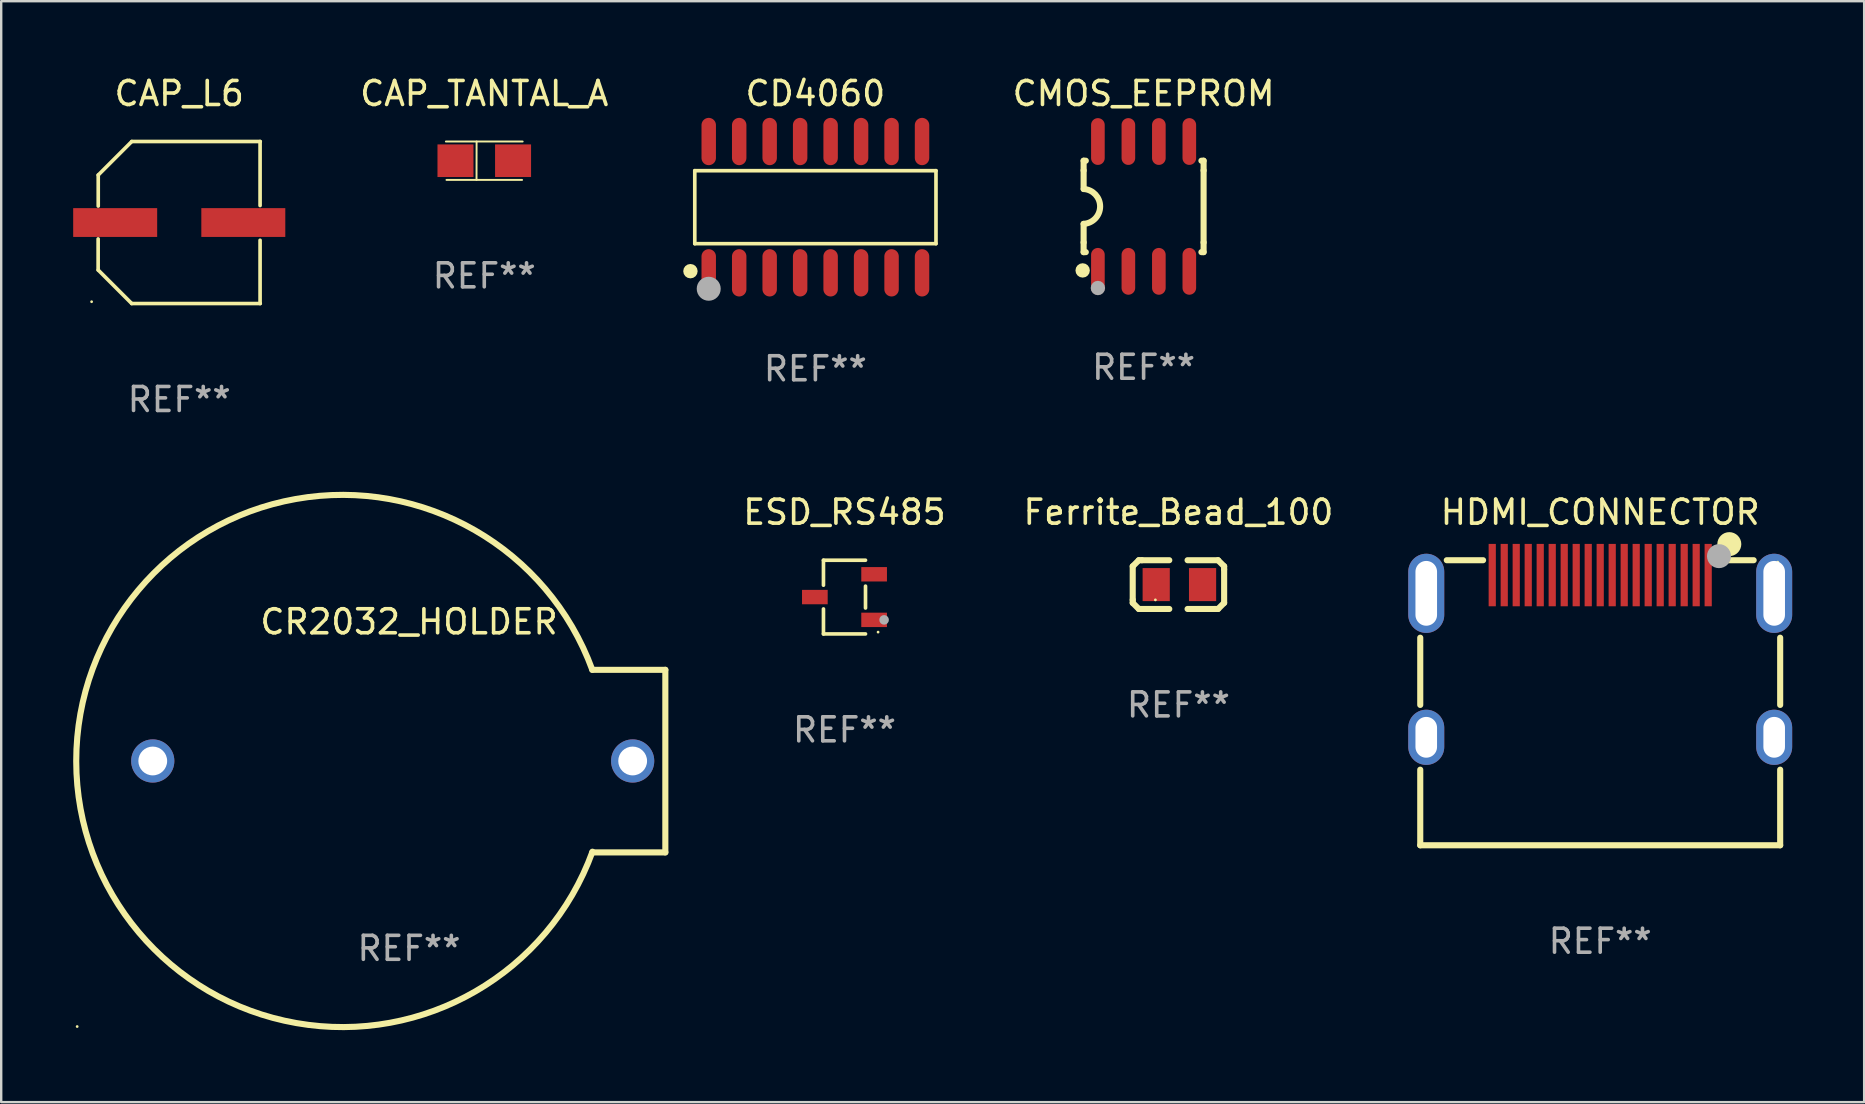
<source format=kicad_pcb>
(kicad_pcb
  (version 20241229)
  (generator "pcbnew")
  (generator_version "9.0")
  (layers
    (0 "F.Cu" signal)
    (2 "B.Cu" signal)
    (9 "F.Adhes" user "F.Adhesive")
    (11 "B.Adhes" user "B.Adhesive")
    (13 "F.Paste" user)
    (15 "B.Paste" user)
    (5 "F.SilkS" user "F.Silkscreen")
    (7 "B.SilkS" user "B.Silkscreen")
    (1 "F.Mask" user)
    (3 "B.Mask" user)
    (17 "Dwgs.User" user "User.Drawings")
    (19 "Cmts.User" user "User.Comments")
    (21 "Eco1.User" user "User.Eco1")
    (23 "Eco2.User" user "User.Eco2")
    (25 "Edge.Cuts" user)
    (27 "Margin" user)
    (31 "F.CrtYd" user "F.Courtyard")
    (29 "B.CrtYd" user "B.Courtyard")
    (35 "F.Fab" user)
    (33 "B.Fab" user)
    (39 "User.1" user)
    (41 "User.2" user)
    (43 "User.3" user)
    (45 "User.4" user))
  (footprint "Ferrite_Bead_100"
    (layer "F.Cu")
    (at 46.101 21.313)
    (property "Reference" "Ferrite_Bead_100" (at -0.04 -3.016 0) (layer "F.SilkS") (effects (font (size 1 1) (thickness 0.15))))
    (attr through_hole)
    (fp_line (start -1.945 -0.762) (end -1.945 0.635) (stroke (width 0.254) (type solid)) (layer "F.SilkS"))
    (fp_line (start -1.945 0.635) (end -1.945 0.762) (stroke (width 0.254) (type solid)) (layer "F.SilkS"))
    (fp_line (start -1.945 0.762) (end -1.691 1.016) (stroke (width 0.254) (type solid)) (layer "F.SilkS"))
    (fp_line (start -1.691 -1.016) (end -1.945 -0.762) (stroke (width 0.254) (type solid)) (layer "F.SilkS"))
    (fp_line (start -1.691 1.016) (end -0.421 1.016) (stroke (width 0.254) (type solid)) (layer "F.SilkS"))
    (fp_line (start -1.564 -1.016) (end -1.691 -1.016) (stroke (width 0.254) (type solid)) (layer "F.SilkS"))
    (fp_line (start -0.421 -1.016) (end -1.564 -1.016) (stroke (width 0.254) (type solid)) (layer "F.SilkS"))
    (fp_line (start 0.341 1.016) (end 1.484 1.016) (stroke (width 0.254) (type solid)) (layer "F.SilkS"))
    (fp_line (start 1.484 1.016) (end 1.611 1.016) (stroke (width 0.254) (type solid)) (layer "F.SilkS"))
    (fp_line (start 1.611 -1.016) (end 0.341 -1.016) (stroke (width 0.254) (type solid)) (layer "F.SilkS"))
    (fp_line (start 1.611 1.016) (end 1.865 0.762) (stroke (width 0.254) (type solid)) (layer "F.SilkS"))
    (fp_line (start 1.865 -0.762) (end 1.611 -1.016) (stroke (width 0.254) (type solid)) (layer "F.SilkS"))
    (fp_line (start 1.865 -0.635) (end 1.865 -0.762) (stroke (width 0.254) (type solid)) (layer "F.SilkS"))
    (fp_line (start 1.865 0.762) (end 1.865 -0.635) (stroke (width 0.254) (type solid)) (layer "F.SilkS"))
    (fp_circle (center -1 0.637) (end -0.97 0.637) (stroke (width 0.06) (type solid)) (fill no) (layer "F.SilkS"))
    (fp_text user "REF**" (at -0.04 5.016 0) (layer "F.Fab") (effects (font (size 1 1) (thickness 0.15))))
    (pad "1" smd rect (at -0.966 0) (size 1.133 1.377) (layers "F.Cu" "F.Mask" "F.Paste"))
    (pad "2" smd rect (at 0.966 0) (size 1.133 1.377) (layers "F.Cu" "F.Mask" "F.Paste")))
  (footprint "ESD_RS485"
    (layer "F.Cu")
    (at 32.144 21.833)
    (property "Reference" "ESD_RS485" (at 0 -3.536 0) (layer "F.SilkS") (effects (font (size 1 1) (thickness 0.15))))
    (attr through_hole)
    (fp_line (start -0.876 -1.536) (end -0.876 -0.495) (stroke (width 0.152) (type solid)) (layer "F.SilkS"))
    (fp_line (start -0.876 1.536) (end -0.876 0.495) (stroke (width 0.152) (type solid)) (layer "F.SilkS"))
    (fp_line (start 0.876 -1.536) (end -0.876 -1.536) (stroke (width 0.152) (type solid)) (layer "F.SilkS"))
    (fp_line (start 0.876 -0.455) (end 0.876 0.455) (stroke (width 0.152) (type solid)) (layer "F.SilkS"))
    (fp_line (start 0.876 1.536) (end -0.876 1.536) (stroke (width 0.152) (type solid)) (layer "F.SilkS"))
    (fp_circle (center 1.4 1.46) (end 1.43 1.46) (stroke (width 0.06) (type solid)) (fill no) (layer "F.SilkS"))
    (fp_circle (center 1.651 0.95) (end 1.751 0.95) (stroke (width 0.2) (type solid)) (fill no) (layer "F.Fab"))
    (fp_text user "REF**" (at 0 5.536 0) (layer "F.Fab") (effects (font (size 1 1) (thickness 0.15))))
    (pad "1" smd rect (at 1.235 0.95) (size 1.07 0.6) (layers "F.Cu" "F.Mask" "F.Paste"))
    (pad "2" smd rect (at 1.235 -0.95) (size 1.07 0.6) (layers "F.Cu" "F.Mask" "F.Paste"))
    (pad "3" smd rect (at -1.235 0) (size 1.07 0.6) (layers "F.Cu" "F.Mask" "F.Paste")))
  (footprint "CAP_TANTAL_A"
    (layer "F.Cu")
    (at 17.132 3.648)
    (property "Reference" "CAP_TANTAL_A" (at 0 -2.8 0) (layer "F.SilkS") (effects (font (size 1 1) (thickness 0.15))))
    (attr through_hole)
    (fp_line (start -1.6 -0.8) (end 1.6 -0.8) (stroke (width 0.08) (type solid)) (layer "F.SilkS"))
    (fp_line (start -1.575 0.8) (end 1.575 0.8) (stroke (width 0.08) (type solid)) (layer "F.SilkS"))
    (fp_line (start -0.323 0.8) (end -0.32 -0.8) (stroke (width 0.08) (type solid)) (layer "F.SilkS"))
    (fp_text user "REF**" (at 0 4.8 0) (layer "F.Fab") (effects (font (size 1 1) (thickness 0.15))))
    (pad "1" smd rect (at -1.2 0) (size 1.5 1.359) (layers "F.Cu" "F.Mask" "F.Paste"))
    (pad "2" smd rect (at 1.2 0) (size 1.5 1.359) (layers "F.Cu" "F.Mask" "F.Paste")))
  (footprint "CR2032_HOLDER"
    (layer "F.Cu")
    (at 13.316 28.664)
    (property "Reference" "CR2032_HOLDER" (at 0.681 -5.799 0) (layer "F.SilkS") (effects (font (size 1 1) (thickness 0.15))))
    (attr through_hole)
    (fp_line (start 8.318 -3.799) (end 11.362 -3.799) (stroke (width 0.254) (type solid)) (layer "F.SilkS"))
    (fp_line (start 11.362 -3.799) (end 11.362 3.81) (stroke (width 0.254) (type solid)) (layer "F.SilkS"))
    (fp_line (start 11.362 3.81) (end 8.314 3.81) (stroke (width 0.254) (type solid)) (layer "F.SilkS"))
    (fp_arc (start 8.324587 3.781102) (mid -13.189055 0.010036) (end 8.317694 -3.800144) (stroke (width 0.254001) (type solid)) (layer "F.SilkS"))
    (fp_circle (center -13.15 11.067) (end -13.12 11.067) (stroke (width 0.06) (type solid)) (fill no) (layer "F.SilkS"))
    (fp_text user "REF**" (at 0.681 7.81 0) (layer "F.Fab") (effects (font (size 1 1) (thickness 0.15))))
    (pad "1" thru_hole circle (at -10 -0.000025) (size 1.8 1.8) (drill 1.2) (layers "*.Cu" "*.Mask"))
    (pad "2" thru_hole circle (at 10 -0.000025) (size 1.8 1.8) (drill 1.2) (layers "*.Cu" "*.Mask")))
  (footprint "CD4060"
    (layer "F.Cu")
    (at 30.931 5.584)
    (property "Reference" "CD4060" (at 0 -4.736 0) (layer "F.SilkS") (effects (font (size 1 1) (thickness 0.15))))
    (attr through_hole)
    (fp_line (start -5.026 -1.521) (end 5.026 -1.521) (stroke (width 0.152) (type solid)) (layer "F.SilkS"))
    (fp_line (start -5.026 1.521) (end -5.026 -1.521) (stroke (width 0.152) (type solid)) (layer "F.SilkS"))
    (fp_line (start 5.026 -1.521) (end 5.026 1.521) (stroke (width 0.152) (type solid)) (layer "F.SilkS"))
    (fp_line (start 5.026 1.521) (end -5.026 1.521) (stroke (width 0.152) (type solid)) (layer "F.SilkS"))
    (fp_circle (center -5.207 2.667) (end -5.057 2.667) (stroke (width 0.3) (type solid)) (fill no) (layer "F.SilkS"))
    (fp_circle (center -4.445 3.4) (end -4.195 3.4) (stroke (width 0.5) (type solid)) (fill no) (layer "F.Fab"))
    (fp_text user "REF**" (at 0 6.736 0) (layer "F.Fab") (effects (font (size 1 1) (thickness 0.15))))
    (pad "1" smd oval (at -4.445 2.736) (size 0.602 1.971) (layers "F.Cu" "F.Mask" "F.Paste"))
    (pad "2" smd oval (at -3.175 2.736) (size 0.602 1.971) (layers "F.Cu" "F.Mask" "F.Paste"))
    (pad "3" smd oval (at -1.905 2.736) (size 0.602 1.971) (layers "F.Cu" "F.Mask" "F.Paste"))
    (pad "4" smd oval (at -0.635 2.736) (size 0.602 1.971) (layers "F.Cu" "F.Mask" "F.Paste"))
    (pad "5" smd oval (at 0.635 2.736) (size 0.602 1.971) (layers "F.Cu" "F.Mask" "F.Paste"))
    (pad "6" smd oval (at 1.905 2.736) (size 0.602 1.971) (layers "F.Cu" "F.Mask" "F.Paste"))
    (pad "7" smd oval (at 3.175 2.736) (size 0.602 1.971) (layers "F.Cu" "F.Mask" "F.Paste"))
    (pad "8" smd oval (at 4.445 2.736) (size 0.602 1.971) (layers "F.Cu" "F.Mask" "F.Paste"))
    (pad "9" smd oval (at 4.445 -2.736) (size 0.602 1.971) (layers "F.Cu" "F.Mask" "F.Paste"))
    (pad "10" smd oval (at 3.175 -2.736) (size 0.602 1.971) (layers "F.Cu" "F.Mask" "F.Paste"))
    (pad "11" smd oval (at 1.905 -2.736) (size 0.602 1.971) (layers "F.Cu" "F.Mask" "F.Paste"))
    (pad "12" smd oval (at 0.635 -2.736) (size 0.602 1.971) (layers "F.Cu" "F.Mask" "F.Paste"))
    (pad "13" smd oval (at -0.635 -2.736) (size 0.602 1.971) (layers "F.Cu" "F.Mask" "F.Paste"))
    (pad "14" smd oval (at -1.905 -2.736) (size 0.602 1.971) (layers "F.Cu" "F.Mask" "F.Paste"))
    (pad "15" smd oval (at -3.175 -2.736) (size 0.602 1.971) (layers "F.Cu" "F.Mask" "F.Paste"))
    (pad "16" smd oval (at -4.445 -2.736) (size 0.602 1.971) (layers "F.Cu" "F.Mask" "F.Paste")))
  (footprint "CAP_L6"
    (layer "F.Cu")
    (at 4.42 6.224)
    (property "Reference" "CAP_L6" (at 0 -5.376 0) (layer "F.SilkS") (effects (font (size 1 1) (thickness 0.15))))
    (attr through_hole)
    (fp_line (start -3.38 0.683) (end -3.38 1.977) (stroke (width 0.152) (type solid)) (layer "F.SilkS"))
    (fp_line (start -3.376 -1.98) (end -3.376 -0.686) (stroke (width 0.152) (type solid)) (layer "F.SilkS"))
    (fp_line (start -1.981 3.376) (end -3.376 1.981) (stroke (width 0.152) (type solid)) (layer "F.SilkS"))
    (fp_line (start -1.98 -3.376) (end -3.376 -1.98) (stroke (width 0.152) (type solid)) (layer "F.SilkS"))
    (fp_line (start 3.369 -0.708) (end 3.369 -3.376) (stroke (width 0.152) (type solid)) (layer "F.SilkS"))
    (fp_line (start 3.369 0.739) (end 3.369 3.376) (stroke (width 0.152) (type solid)) (layer "F.SilkS"))
    (fp_line (start 3.376 3.376) (end -1.981 3.376) (stroke (width 0.152) (type solid)) (layer "F.SilkS"))
    (fp_line (start 3.376 -3.376) (end -1.98 -3.376) (stroke (width 0.152) (type solid)) (layer "F.SilkS"))
    (fp_circle (center -3.652 3.3) (end -3.622 3.3) (stroke (width 0.06) (type solid)) (fill no) (layer "F.SilkS"))
    (fp_text user "REF**" (at 0 7.376 0) (layer "F.Fab") (effects (font (size 1 1) (thickness 0.15))))
    (pad "1" smd rect (at -2.67 0) (size 3.5 1.2) (layers "F.Cu" "F.Mask" "F.Paste"))
    (pad "2" smd rect (at 2.67 0) (size 3.5 1.2) (layers "F.Cu" "F.Mask" "F.Paste")))
  (footprint "CMOS_EEPROM"
    (layer "F.Cu")
    (at 44.61 5.553)
    (property "Reference" "CMOS_EEPROM" (at 0 -4.705 0) (layer "F.SilkS") (effects (font (size 1 1) (thickness 0.15))))
    (attr through_hole)
    (fp_line (start -2.5 -1.905) (end -2.409 -1.905) (stroke (width 0.254) (type solid)) (layer "F.SilkS"))
    (fp_line (start -2.5 -1.5) (end -2.5 -1.905) (stroke (width 0.254) (type solid)) (layer "F.SilkS"))
    (fp_line (start -2.5 -1.5) (end -2.5 -0.726) (stroke (width 0.254) (type solid)) (layer "F.SilkS"))
    (fp_line (start -2.5 1.5) (end -2.5 0.727) (stroke (width 0.254) (type solid)) (layer "F.SilkS"))
    (fp_line (start -2.5 1.5) (end -2.5 1.905) (stroke (width 0.254) (type solid)) (layer "F.SilkS"))
    (fp_line (start -2.5 1.905) (end -2.409 1.905) (stroke (width 0.254) (type solid)) (layer "F.SilkS"))
    (fp_line (start 2.5 -1.905) (end 2.409 -1.905) (stroke (width 0.254) (type solid)) (layer "F.SilkS"))
    (fp_line (start 2.5 -1.5) (end 2.5 -1.905) (stroke (width 0.254) (type solid)) (layer "F.SilkS"))
    (fp_line (start 2.5 -1.5) (end 2.5 1.5) (stroke (width 0.254) (type solid)) (layer "F.SilkS"))
    (fp_line (start 2.5 1.5) (end 2.5 1.905) (stroke (width 0.254) (type solid)) (layer "F.SilkS"))
    (fp_line (start 2.5 1.905) (end 2.409 1.905) (stroke (width 0.254) (type solid)) (layer "F.SilkS"))
    (fp_arc (start -2.495098 -0.726289) (mid -1.812145 0.002452) (end -2.499999 0.726568) (stroke (width 0.254001) (type solid)) (layer "F.SilkS"))
    (fp_circle (center -2.54 2.667) (end -2.39 2.667) (stroke (width 0.3) (type solid)) (fill no) (layer "F.SilkS"))
    (fp_circle (center -1.905 3.4) (end -1.755 3.4) (stroke (width 0.3) (type solid)) (fill no) (layer "F.Fab"))
    (fp_text user "REF**" (at 0 6.705 0) (layer "F.Fab") (effects (font (size 1 1) (thickness 0.15))))
    (pad "1" smd oval (at -1.905 2.705) (size 0.568 1.95) (layers "F.Cu" "F.Mask" "F.Paste"))
    (pad "2" smd oval (at -0.635 2.705) (size 0.568 1.95) (layers "F.Cu" "F.Mask" "F.Paste"))
    (pad "3" smd oval (at 0.635 2.705) (size 0.568 1.95) (layers "F.Cu" "F.Mask" "F.Paste"))
    (pad "4" smd oval (at 1.905 2.705) (size 0.568 1.95) (layers "F.Cu" "F.Mask" "F.Paste"))
    (pad "5" smd oval (at 1.905 -2.705) (size 0.568 1.95) (layers "F.Cu" "F.Mask" "F.Paste"))
    (pad "6" smd oval (at 0.635 -2.705) (size 0.568 1.95) (layers "F.Cu" "F.Mask" "F.Paste"))
    (pad "7" smd oval (at -0.635 -2.705) (size 0.568 1.95) (layers "F.Cu" "F.Mask" "F.Paste"))
    (pad "8" smd oval (at -1.905 -2.705) (size 0.568 1.95) (layers "F.Cu" "F.Mask" "F.Paste")))
  (footprint "HDMI_CONNECTOR"
    (layer "F.Cu")
    (at 63.639 24.297)
    (property "Reference" "HDMI_CONNECTOR" (at -0.000051 -6 0) (layer "F.SilkS") (effects (font (size 1 1) (thickness 0.15))))
    (attr through_hole)
    (fp_line (start -7.5 2.031) (end -7.5 -0.771) (stroke (width 0.254) (type solid)) (layer "F.SilkS"))
    (fp_line (start -7.5 7.88) (end -7.5 4.729) (stroke (width 0.254) (type solid)) (layer "F.SilkS"))
    (fp_line (start -4.881 -4) (end -6.395 -4) (stroke (width 0.254) (type solid)) (layer "F.SilkS"))
    (fp_line (start 6.395 -4) (end 4.881 -4) (stroke (width 0.254) (type solid)) (layer "F.SilkS"))
    (fp_line (start 7.5 2.031) (end 7.5 -0.771) (stroke (width 0.254) (type solid)) (layer "F.SilkS"))
    (fp_line (start 7.5 7.88) (end -7.5 7.88) (stroke (width 0.254) (type solid)) (layer "F.SilkS"))
    (fp_line (start 7.5 7.88) (end 7.5 4.729) (stroke (width 0.254) (type solid)) (layer "F.SilkS"))
    (fp_circle (center 5.38 -4.67) (end 5.63 -4.67) (stroke (width 0.5) (type solid)) (fill no) (layer "F.SilkS"))
    (fp_circle (center 7.4 -3.92) (end 7.43 -3.92) (stroke (width 0.06) (type solid)) (fill no) (layer "F.SilkS"))
    (fp_circle (center 4.95 -4.17) (end 5.2 -4.17) (stroke (width 0.5) (type solid)) (fill no) (layer "F.Fab"))
    (fp_text user "REF**" (at -0.000051 11.88 0) (layer "F.Fab") (effects (font (size 1 1) (thickness 0.15))))
    (pad "1" smd rect (at 4.5 -3.38) (size 0.3 2.6) (layers "F.Cu" "F.Mask" "F.Paste"))
    (pad "2" smd rect (at 4 -3.38) (size 0.3 2.6) (layers "F.Cu" "F.Mask" "F.Paste"))
    (pad "3" smd rect (at 3.5 -3.38) (size 0.3 2.6) (layers "F.Cu" "F.Mask" "F.Paste"))
    (pad "4" smd rect (at 3 -3.38) (size 0.3 2.6) (layers "F.Cu" "F.Mask" "F.Paste"))
    (pad "5" smd rect (at 2.5 -3.38) (size 0.3 2.6) (layers "F.Cu" "F.Mask" "F.Paste"))
    (pad "6" smd rect (at 2 -3.38) (size 0.3 2.6) (layers "F.Cu" "F.Mask" "F.Paste"))
    (pad "7" smd rect (at 1.5 -3.38) (size 0.3 2.6) (layers "F.Cu" "F.Mask" "F.Paste"))
    (pad "8" smd rect (at 1 -3.38) (size 0.3 2.6) (layers "F.Cu" "F.Mask" "F.Paste"))
    (pad "9" smd rect (at 0.5 -3.38) (size 0.3 2.6) (layers "F.Cu" "F.Mask" "F.Paste"))
    (pad "10" smd rect (at -0.000127 -3.38) (size 0.3 2.6) (layers "F.Cu" "F.Mask" "F.Paste"))
    (pad "11" smd rect (at -0.5 -3.38) (size 0.3 2.6) (layers "F.Cu" "F.Mask" "F.Paste"))
    (pad "12" smd rect (at -1 -3.38) (size 0.3 2.6) (layers "F.Cu" "F.Mask" "F.Paste"))
    (pad "13" smd rect (at -1.5 -3.38) (size 0.3 2.6) (layers "F.Cu" "F.Mask" "F.Paste"))
    (pad "14" smd rect (at -2 -3.38) (size 0.3 2.6) (layers "F.Cu" "F.Mask" "F.Paste"))
    (pad "15" smd rect (at -2.5 -3.38) (size 0.3 2.6) (layers "F.Cu" "F.Mask" "F.Paste"))
    (pad "16" smd rect (at -3 -3.38) (size 0.3 2.6) (layers "F.Cu" "F.Mask" "F.Paste"))
    (pad "17" smd rect (at -3.5 -3.38) (size 0.3 2.6) (layers "F.Cu" "F.Mask" "F.Paste"))
    (pad "18" smd rect (at -4 -3.38) (size 0.3 2.6) (layers "F.Cu" "F.Mask" "F.Paste"))
    (pad "19" smd rect (at -4.5 -3.38) (size 0.3 2.6) (layers "F.Cu" "F.Mask" "F.Paste"))
    (pad "20" thru_hole oval (at -7.25 -2.62) (size 1.5 3.3) (drill oval 0.9 2.7) (layers "*.Cu" "*.Mask"))
    (pad "20" thru_hole oval (at -7.25 3.38) (size 1.5 2.3) (drill oval 0.9 1.7) (layers "*.Cu" "*.Mask"))
    (pad "20" thru_hole oval (at 7.25 -2.62) (size 1.5 3.3) (drill oval 0.9 2.7) (layers "*.Cu" "*.Mask"))
    (pad "20" thru_hole oval (at 7.25 3.38) (size 1.5 2.3) (drill oval 0.9 1.7) (layers "*.Cu" "*.Mask")))
  (gr_rect
    (start -3 -3)
    (end 74.639 42.881)
    (stroke (width 0.1) (type default))
    (fill no)
    (layer "Edge.Cuts")))
</source>
